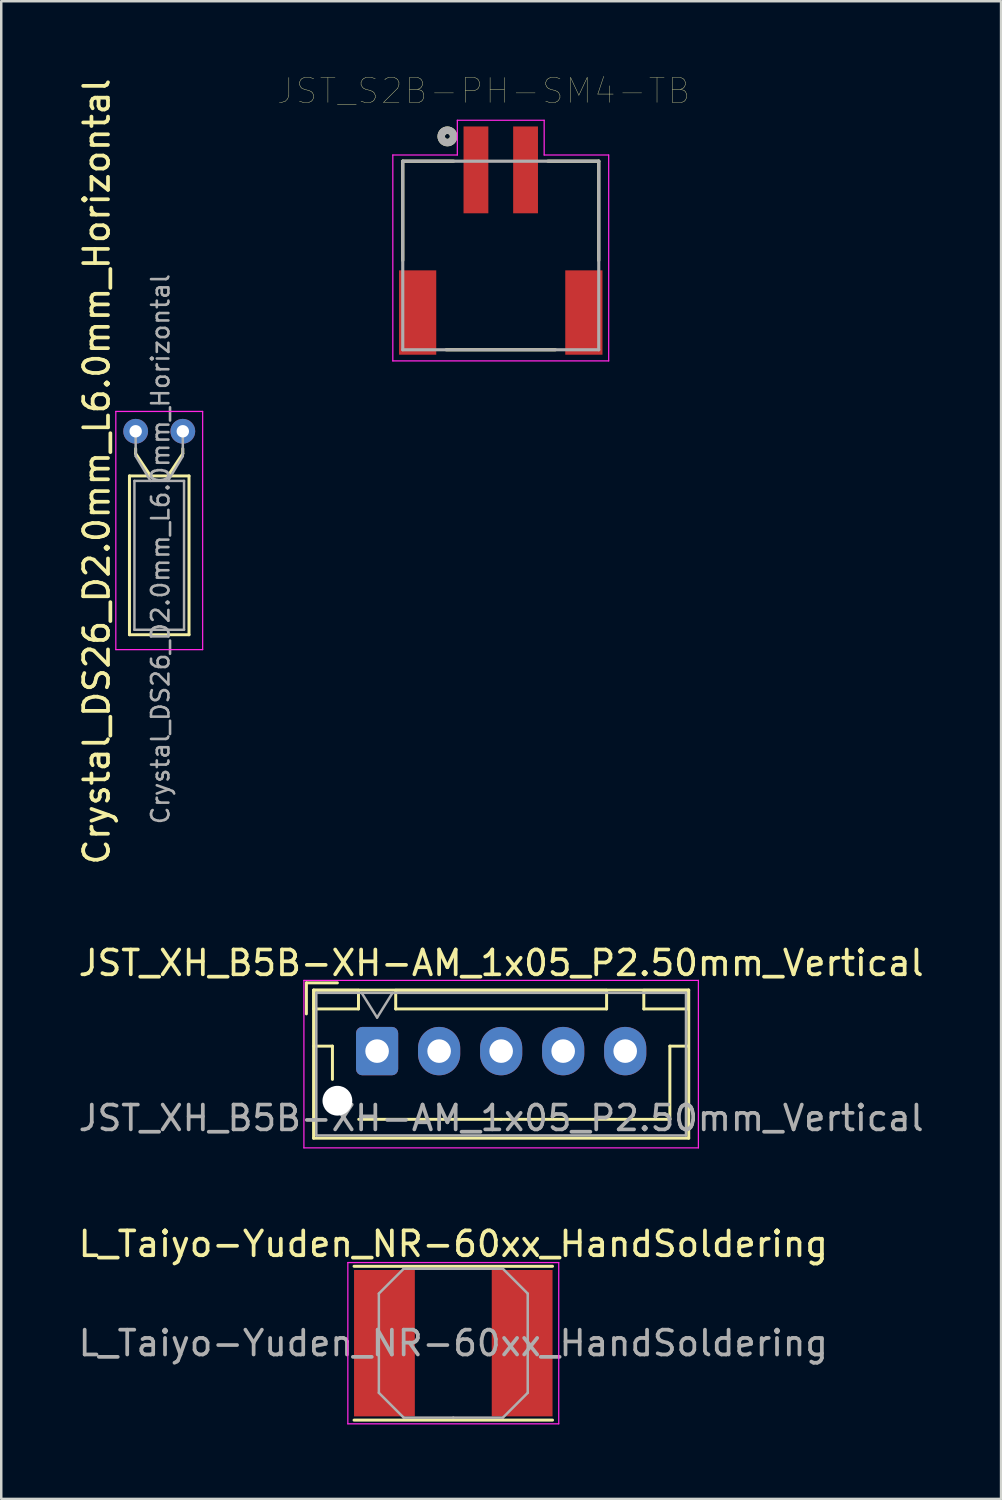
<source format=kicad_pcb>
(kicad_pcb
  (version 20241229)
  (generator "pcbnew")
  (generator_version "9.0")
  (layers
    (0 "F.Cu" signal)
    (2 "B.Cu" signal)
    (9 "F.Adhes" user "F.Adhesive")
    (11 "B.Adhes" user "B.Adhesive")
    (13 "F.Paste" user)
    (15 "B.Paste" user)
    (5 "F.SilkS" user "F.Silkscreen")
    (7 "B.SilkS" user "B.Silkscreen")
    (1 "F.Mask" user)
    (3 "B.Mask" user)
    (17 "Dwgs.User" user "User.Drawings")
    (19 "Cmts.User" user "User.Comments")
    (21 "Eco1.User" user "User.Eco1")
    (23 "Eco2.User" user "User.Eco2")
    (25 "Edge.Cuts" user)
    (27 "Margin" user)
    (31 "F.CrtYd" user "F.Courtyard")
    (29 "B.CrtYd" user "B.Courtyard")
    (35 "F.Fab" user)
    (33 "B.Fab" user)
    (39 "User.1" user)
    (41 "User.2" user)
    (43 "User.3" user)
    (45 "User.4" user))
  (footprint "JST_S2B-PH-SM4-TB"
    (layer "F.Cu")
    (at 17.133 3.797)
    (property "Reference" "JST_S2B-PH-SM4-TB" (at -0.692 -3.184 0) (layer "F.SilkS") (effects (font (size 1.002 1.002) (thickness 0.015))))
    (attr smd)
    (fp_line (start -3.95 -0.35) (end -3.95 3.65) (stroke (width 0.127) (type solid)) (layer "F.SilkS"))
    (fp_line (start -2.2 7.25) (end 2.2 7.25) (stroke (width 0.127) (type solid)) (layer "F.SilkS"))
    (fp_line (start -1.9 -0.35) (end -3.95 -0.35) (stroke (width 0.127) (type solid)) (layer "F.SilkS"))
    (fp_line (start 3.95 -0.35) (end 1.9 -0.35) (stroke (width 0.127) (type solid)) (layer "F.SilkS"))
    (fp_line (start 3.95 3.65) (end 3.95 -0.35) (stroke (width 0.127) (type solid)) (layer "F.SilkS"))
    (fp_circle (center -2.15 -1.35) (end -2.05 -1.35) (stroke (width 0.3) (type solid)) (fill no) (layer "F.SilkS"))
    (fp_line (start -4.35 -0.6) (end -1.75 -0.6) (stroke (width 0.05) (type solid)) (layer "F.CrtYd"))
    (fp_line (start -4.35 7.7) (end -4.35 -0.6) (stroke (width 0.05) (type solid)) (layer "F.CrtYd"))
    (fp_line (start -1.75 -2) (end 1.75 -2) (stroke (width 0.05) (type solid)) (layer "F.CrtYd"))
    (fp_line (start -1.75 -0.6) (end -1.75 -2) (stroke (width 0.05) (type solid)) (layer "F.CrtYd"))
    (fp_line (start 1.75 -2) (end 1.75 -0.6) (stroke (width 0.05) (type solid)) (layer "F.CrtYd"))
    (fp_line (start 1.75 -0.6) (end 4.35 -0.6) (stroke (width 0.05) (type solid)) (layer "F.CrtYd"))
    (fp_line (start 4.35 -0.6) (end 4.35 7.7) (stroke (width 0.05) (type solid)) (layer "F.CrtYd"))
    (fp_line (start 4.35 7.7) (end -4.35 7.7) (stroke (width 0.05) (type solid)) (layer "F.CrtYd"))
    (fp_line (start -3.95 -0.35) (end 3.95 -0.35) (stroke (width 0.127) (type solid)) (layer "F.Fab"))
    (fp_line (start -3.95 7.25) (end -3.95 -0.35) (stroke (width 0.127) (type solid)) (layer "F.Fab"))
    (fp_line (start 3.95 -0.35) (end 3.95 7.25) (stroke (width 0.127) (type solid)) (layer "F.Fab"))
    (fp_line (start 3.95 7.25) (end -3.95 7.25) (stroke (width 0.127) (type solid)) (layer "F.Fab"))
    (fp_circle (center -2.15 -1.35) (end -2.05 -1.35) (stroke (width 0.3) (type solid)) (fill no) (layer "F.Fab"))
    (pad "1" smd rect (at -1 0) (size 1 3.5) (layers "F.Cu" "F.Mask" "F.Paste"))
    (pad "2" smd rect (at 1 0) (size 1 3.5) (layers "F.Cu" "F.Mask" "F.Paste"))
    (pad "S1" smd rect (at -3.35 5.75) (size 1.5 3.4) (layers "F.Cu" "F.Mask" "F.Paste"))
    (pad "S1" smd rect (at 3.35 5.75) (size 1.5 3.4) (layers "F.Cu" "F.Mask" "F.Paste")))
  (footprint "L_Taiyo-Yuden_NR-60xx_HandSoldering"
    (layer "F.Cu")
    (at 15.22 51.088)
    (property "Reference" "L_Taiyo-Yuden_NR-60xx_HandSoldering" (at 0 -4 0) (layer "F.SilkS") (effects (font (size 1 1) (thickness 0.15))))
    (attr smd)
    (fp_line (start -4 -3.1) (end 4 -3.1) (stroke (width 0.12) (type solid)) (layer "F.SilkS"))
    (fp_line (start -4 3.1) (end 4 3.1) (stroke (width 0.12) (type solid)) (layer "F.SilkS"))
    (fp_line (start -4.25 -3.25) (end -4.25 3.25) (stroke (width 0.05) (type solid)) (layer "F.CrtYd"))
    (fp_line (start -4.25 3.25) (end 4.25 3.25) (stroke (width 0.05) (type solid)) (layer "F.CrtYd"))
    (fp_line (start 4.25 -3.25) (end -4.25 -3.25) (stroke (width 0.05) (type solid)) (layer "F.CrtYd"))
    (fp_line (start 4.25 3.25) (end 4.25 -3.25) (stroke (width 0.05) (type solid)) (layer "F.CrtYd"))
    (fp_line (start -3 -2) (end -2 -3) (stroke (width 0.1) (type solid)) (layer "F.Fab"))
    (fp_line (start -3 0) (end -3 -2) (stroke (width 0.1) (type solid)) (layer "F.Fab"))
    (fp_line (start -3 0) (end -3 2) (stroke (width 0.1) (type solid)) (layer "F.Fab"))
    (fp_line (start -3 2) (end -2 3) (stroke (width 0.1) (type solid)) (layer "F.Fab"))
    (fp_line (start -2 -3) (end 0 -3) (stroke (width 0.1) (type solid)) (layer "F.Fab"))
    (fp_line (start -2 3) (end 0 3) (stroke (width 0.1) (type solid)) (layer "F.Fab"))
    (fp_line (start 2 -3) (end 0 -3) (stroke (width 0.1) (type solid)) (layer "F.Fab"))
    (fp_line (start 2 3) (end 0 3) (stroke (width 0.1) (type solid)) (layer "F.Fab"))
    (fp_line (start 3 -2) (end 2 -3) (stroke (width 0.1) (type solid)) (layer "F.Fab"))
    (fp_line (start 3 0) (end 3 -2) (stroke (width 0.1) (type solid)) (layer "F.Fab"))
    (fp_line (start 3 0) (end 3 2) (stroke (width 0.1) (type solid)) (layer "F.Fab"))
    (fp_line (start 3 2) (end 2 3) (stroke (width 0.1) (type solid)) (layer "F.Fab"))
    (fp_text user "${REFERENCE}" (at 0 0 0) (layer "F.Fab") (effects (font (size 1 1) (thickness 0.15))))
    (pad "1" smd rect (at -2.775 0) (size 2.45 5.9) (layers "F.Cu" "F.Mask" "F.Paste"))
    (pad "2" smd rect (at 2.775 0) (size 2.45 5.9) (layers "F.Cu" "F.Mask" "F.Paste")))
  (footprint "Crystal_DS26_D2.0mm_L6.0mm_Horizontal"
    (layer "F.Cu")
    (at 2.418 14.333)
    (property "Reference" "Crystal_DS26_D2.0mm_L6.0mm_Horizontal" (at -1.57 1.625 90) (layer "F.SilkS") (effects (font (size 1 1) (thickness 0.15))))
    (attr through_hole)
    (fp_line (start -0.25 1.8) (end -0.25 8.2) (stroke (width 0.12) (type solid)) (layer "F.SilkS"))
    (fp_line (start -0.25 8.2) (end 2.15 8.2) (stroke (width 0.12) (type solid)) (layer "F.SilkS"))
    (fp_line (start 0 0.9) (end 0 0.7) (stroke (width 0.12) (type solid)) (layer "F.SilkS"))
    (fp_line (start 0.6 1.8) (end 0 0.9) (stroke (width 0.12) (type solid)) (layer "F.SilkS"))
    (fp_line (start 1.3 1.8) (end 1.9 0.9) (stroke (width 0.12) (type solid)) (layer "F.SilkS"))
    (fp_line (start 1.9 0.9) (end 1.9 0.7) (stroke (width 0.12) (type solid)) (layer "F.SilkS"))
    (fp_line (start 2.15 1.8) (end -0.25 1.8) (stroke (width 0.12) (type solid)) (layer "F.SilkS"))
    (fp_line (start 2.15 8.2) (end 2.15 1.8) (stroke (width 0.12) (type solid)) (layer "F.SilkS"))
    (fp_line (start -0.8 -0.8) (end -0.8 8.8) (stroke (width 0.05) (type solid)) (layer "F.CrtYd"))
    (fp_line (start -0.8 8.8) (end 2.7 8.8) (stroke (width 0.05) (type solid)) (layer "F.CrtYd"))
    (fp_line (start 2.7 -0.8) (end -0.8 -0.8) (stroke (width 0.05) (type solid)) (layer "F.CrtYd"))
    (fp_line (start 2.7 8.8) (end 2.7 -0.8) (stroke (width 0.05) (type solid)) (layer "F.CrtYd"))
    (fp_line (start -0.05 2) (end -0.05 8) (stroke (width 0.1) (type solid)) (layer "F.Fab"))
    (fp_line (start -0.05 8) (end 1.95 8) (stroke (width 0.1) (type solid)) (layer "F.Fab"))
    (fp_line (start 0 1) (end 0 0) (stroke (width 0.1) (type solid)) (layer "F.Fab"))
    (fp_line (start 0.6 2) (end 0 1) (stroke (width 0.1) (type solid)) (layer "F.Fab"))
    (fp_line (start 1.3 2) (end 1.9 1) (stroke (width 0.1) (type solid)) (layer "F.Fab"))
    (fp_line (start 1.9 1) (end 1.9 0) (stroke (width 0.1) (type solid)) (layer "F.Fab"))
    (fp_line (start 1.95 2) (end -0.05 2) (stroke (width 0.1) (type solid)) (layer "F.Fab"))
    (fp_line (start 1.95 8) (end 1.95 2) (stroke (width 0.1) (type solid)) (layer "F.Fab"))
    (fp_text user "${REFERENCE}" (at 1 4.75 90) (layer "F.Fab") (effects (font (size 0.7 0.7) (thickness 0.105))))
    (pad "1" thru_hole circle (at 0 0) (size 1 1) (drill 0.5) (layers "*.Cu" "*.Mask"))
    (pad "2" thru_hole circle (at 1.9 0) (size 1 1) (drill 0.5) (layers "*.Cu" "*.Mask")))
  (footprint "JST_XH_B5B-XH-AM_1x05_P2.50mm_Vertical"
    (layer "F.Cu")
    (at 12.149 39.315)
    (property "Reference" "JST_XH_B5B-XH-AM_1x05_P2.50mm_Vertical" (at 5 -3.55 0) (layer "F.SilkS") (effects (font (size 1 1) (thickness 0.15))))
    (attr through_hole)
    (fp_line (start -2.85 -2.75) (end -2.85 -1.5) (stroke (width 0.12) (type solid)) (layer "F.SilkS"))
    (fp_line (start -2.56 -2.46) (end -2.56 3.51) (stroke (width 0.12) (type solid)) (layer "F.SilkS"))
    (fp_line (start -2.56 3.51) (end 12.56 3.51) (stroke (width 0.12) (type solid)) (layer "F.SilkS"))
    (fp_line (start -2.55 -2.45) (end -2.55 -1.7) (stroke (width 0.12) (type solid)) (layer "F.SilkS"))
    (fp_line (start -2.55 -1.7) (end -0.75 -1.7) (stroke (width 0.12) (type solid)) (layer "F.SilkS"))
    (fp_line (start -2.55 -0.2) (end -1.8 -0.2) (stroke (width 0.12) (type solid)) (layer "F.SilkS"))
    (fp_line (start -1.8 -0.2) (end -1.8 1.14) (stroke (width 0.12) (type solid)) (layer "F.SilkS"))
    (fp_line (start -1.6 -2.75) (end -2.85 -2.75) (stroke (width 0.12) (type solid)) (layer "F.SilkS"))
    (fp_line (start -0.75 -2.45) (end -2.55 -2.45) (stroke (width 0.12) (type solid)) (layer "F.SilkS"))
    (fp_line (start -0.75 -1.7) (end -0.75 -2.45) (stroke (width 0.12) (type solid)) (layer "F.SilkS"))
    (fp_line (start 0.75 -2.45) (end 0.75 -1.7) (stroke (width 0.12) (type solid)) (layer "F.SilkS"))
    (fp_line (start 0.75 -1.7) (end 9.25 -1.7) (stroke (width 0.12) (type solid)) (layer "F.SilkS"))
    (fp_line (start 5 2.75) (end -0.74 2.75) (stroke (width 0.12) (type solid)) (layer "F.SilkS"))
    (fp_line (start 9.25 -2.45) (end 0.75 -2.45) (stroke (width 0.12) (type solid)) (layer "F.SilkS"))
    (fp_line (start 9.25 -1.7) (end 9.25 -2.45) (stroke (width 0.12) (type solid)) (layer "F.SilkS"))
    (fp_line (start 10.75 -2.45) (end 10.75 -1.7) (stroke (width 0.12) (type solid)) (layer "F.SilkS"))
    (fp_line (start 10.75 -1.7) (end 12.55 -1.7) (stroke (width 0.12) (type solid)) (layer "F.SilkS"))
    (fp_line (start 11.8 -0.2) (end 11.8 2.75) (stroke (width 0.12) (type solid)) (layer "F.SilkS"))
    (fp_line (start 11.8 2.75) (end 5 2.75) (stroke (width 0.12) (type solid)) (layer "F.SilkS"))
    (fp_line (start 12.55 -2.45) (end 10.75 -2.45) (stroke (width 0.12) (type solid)) (layer "F.SilkS"))
    (fp_line (start 12.55 -1.7) (end 12.55 -2.45) (stroke (width 0.12) (type solid)) (layer "F.SilkS"))
    (fp_line (start 12.55 -0.2) (end 11.8 -0.2) (stroke (width 0.12) (type solid)) (layer "F.SilkS"))
    (fp_line (start 12.56 -2.46) (end -2.56 -2.46) (stroke (width 0.12) (type solid)) (layer "F.SilkS"))
    (fp_line (start 12.56 3.51) (end 12.56 -2.46) (stroke (width 0.12) (type solid)) (layer "F.SilkS"))
    (fp_line (start -2.95 -2.85) (end -2.95 3.9) (stroke (width 0.05) (type solid)) (layer "F.CrtYd"))
    (fp_line (start -2.95 3.9) (end 12.95 3.9) (stroke (width 0.05) (type solid)) (layer "F.CrtYd"))
    (fp_line (start 12.95 -2.85) (end -2.95 -2.85) (stroke (width 0.05) (type solid)) (layer "F.CrtYd"))
    (fp_line (start 12.95 3.9) (end 12.95 -2.85) (stroke (width 0.05) (type solid)) (layer "F.CrtYd"))
    (fp_line (start -2.45 -2.35) (end -2.45 3.4) (stroke (width 0.1) (type solid)) (layer "F.Fab"))
    (fp_line (start -2.45 3.4) (end 12.45 3.4) (stroke (width 0.1) (type solid)) (layer "F.Fab"))
    (fp_line (start -0.625 -2.35) (end 0 -1.35) (stroke (width 0.1) (type solid)) (layer "F.Fab"))
    (fp_line (start 0 -1.35) (end 0.625 -2.35) (stroke (width 0.1) (type solid)) (layer "F.Fab"))
    (fp_line (start 12.45 -2.35) (end -2.45 -2.35) (stroke (width 0.1) (type solid)) (layer "F.Fab"))
    (fp_line (start 12.45 3.4) (end 12.45 -2.35) (stroke (width 0.1) (type solid)) (layer "F.Fab"))
    (fp_text user "${REFERENCE}" (at 5 2.7 0) (layer "F.Fab") (effects (font (size 1 1) (thickness 0.15))))
    (pad "" np_thru_hole circle (at -1.6 2) (size 1.2 1.2) (drill 1.2) (layers "*.Cu" "*.Mask"))
    (pad "1" thru_hole roundrect (at 0 0) (size 1.7 1.95) (drill 0.95) (layers "*.Cu" "*.Mask") (roundrect_rratio 0.147))
    (pad "2" thru_hole oval (at 2.5 0) (size 1.7 1.95) (drill 0.95) (layers "*.Cu" "*.Mask"))
    (pad "3" thru_hole oval (at 5 0) (size 1.7 1.95) (drill 0.95) (layers "*.Cu" "*.Mask"))
    (pad "4" thru_hole oval (at 7.5 0) (size 1.7 1.95) (drill 0.95) (layers "*.Cu" "*.Mask"))
    (pad "5" thru_hole oval (at 10 0) (size 1.7 1.95) (drill 0.95) (layers "*.Cu" "*.Mask")))
  (gr_rect
    (start -3 -3)
    (end 37.298 57.363)
    (stroke (width 0.1) (type default))
    (fill no)
    (layer "Edge.Cuts")))
</source>
